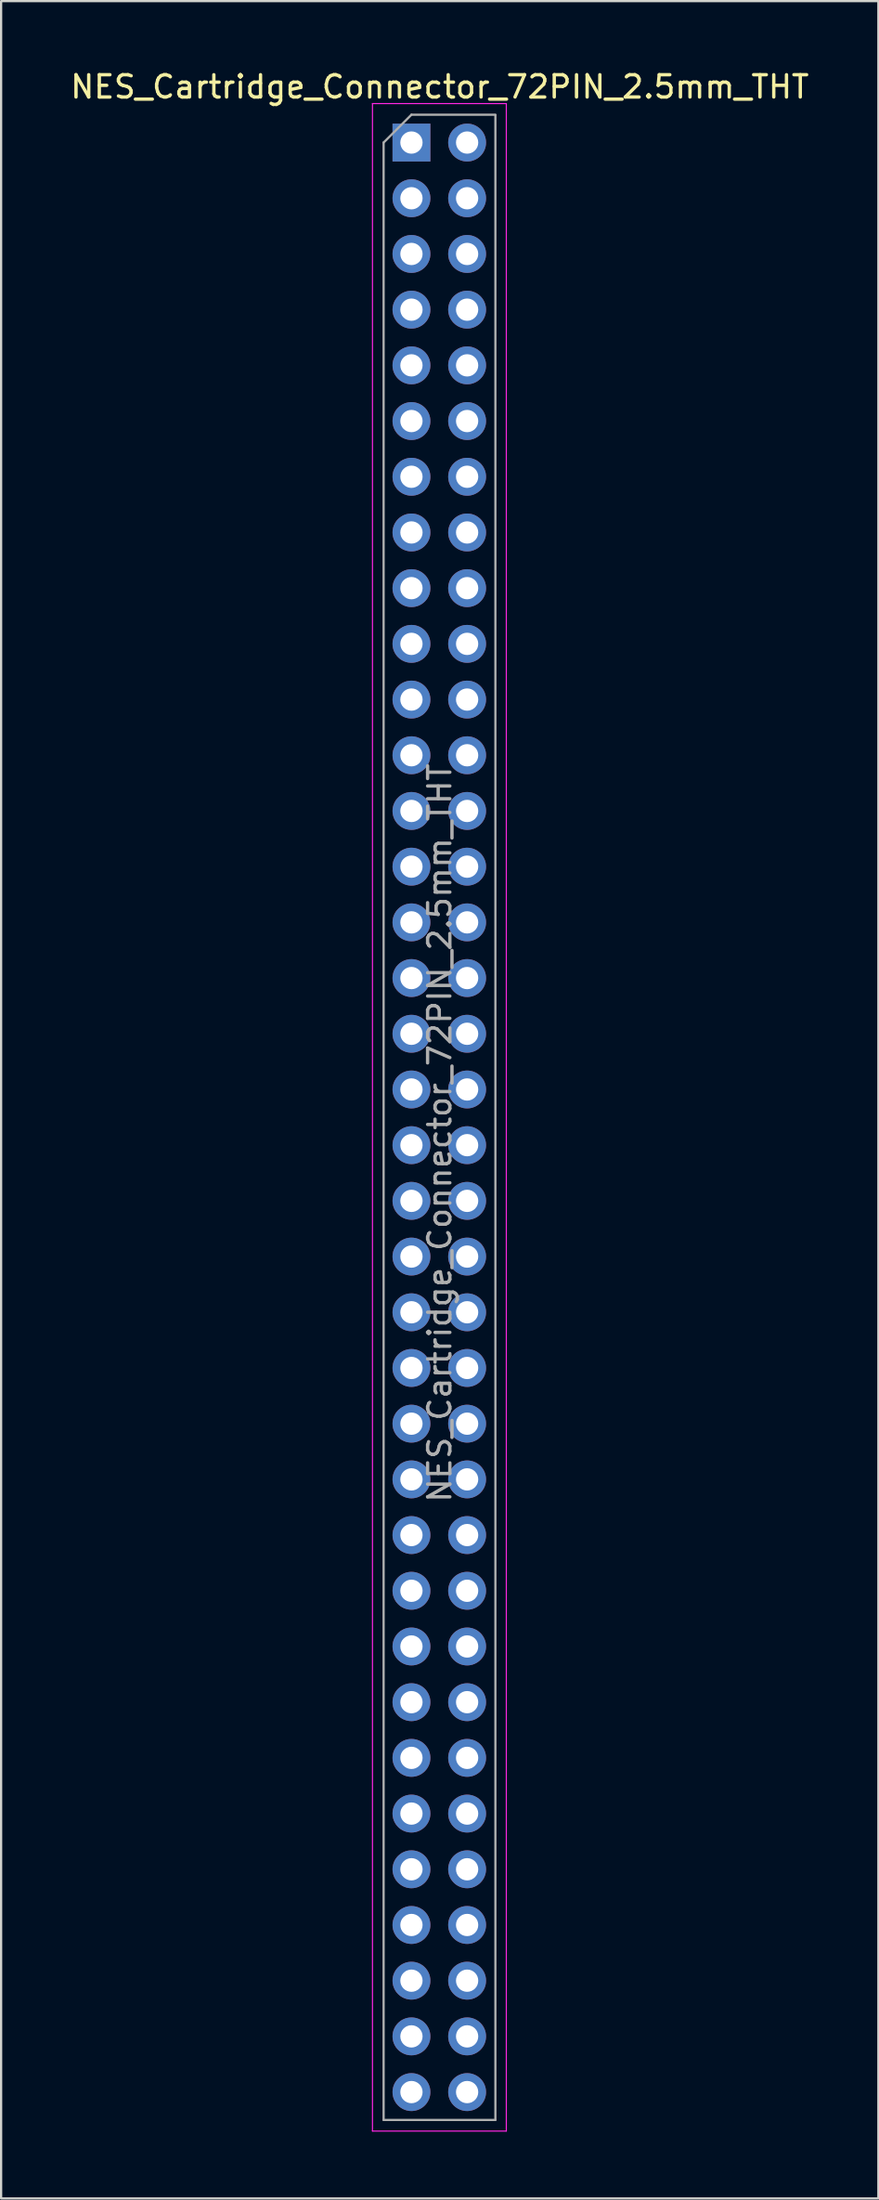
<source format=kicad_pcb>
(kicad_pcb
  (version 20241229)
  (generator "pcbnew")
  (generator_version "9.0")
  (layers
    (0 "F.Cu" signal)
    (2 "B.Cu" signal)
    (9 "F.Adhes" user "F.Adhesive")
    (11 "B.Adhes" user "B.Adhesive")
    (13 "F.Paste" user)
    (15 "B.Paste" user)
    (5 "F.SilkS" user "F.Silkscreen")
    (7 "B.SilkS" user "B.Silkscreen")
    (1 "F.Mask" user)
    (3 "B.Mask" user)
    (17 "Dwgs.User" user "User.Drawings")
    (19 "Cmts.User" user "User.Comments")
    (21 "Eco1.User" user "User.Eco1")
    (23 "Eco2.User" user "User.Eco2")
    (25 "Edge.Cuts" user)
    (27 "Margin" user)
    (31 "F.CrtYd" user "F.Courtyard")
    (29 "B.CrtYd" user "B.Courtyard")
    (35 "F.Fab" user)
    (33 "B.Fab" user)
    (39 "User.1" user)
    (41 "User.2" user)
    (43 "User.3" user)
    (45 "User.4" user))
  (footprint "NES_Cartridge_Connector_72PIN_2.5mm_THT"
    (layer "F.Cu")
    (at 15.426 3.348)
    (property "Reference" "NES_Cartridge_Connector_72PIN_2.5mm_THT" (at 1.27 -2.5 0) (layer "F.SilkS") (effects (font (size 1 1) (thickness 0.15))))
    (attr through_hole)
    (fp_line (start -1.75 -1.75) (end -1.75 89.25) (stroke (width 0.05) (type solid)) (layer "F.CrtYd"))
    (fp_line (start -1.75 89.25) (end 4.26 89.25) (stroke (width 0.05) (type solid)) (layer "F.CrtYd"))
    (fp_line (start 4.26 -1.75) (end -1.75 -1.75) (stroke (width 0.05) (type solid)) (layer "F.CrtYd"))
    (fp_line (start 4.26 89.25) (end 4.26 -1.75) (stroke (width 0.05) (type solid)) (layer "F.CrtYd"))
    (fp_line (start -1.25 0) (end 0 -1.25) (stroke (width 0.1) (type solid)) (layer "F.Fab"))
    (fp_line (start -1.25 88.75) (end -1.25 0) (stroke (width 0.1) (type solid)) (layer "F.Fab"))
    (fp_line (start 0 -1.25) (end 3.77 -1.25) (stroke (width 0.1) (type solid)) (layer "F.Fab"))
    (fp_line (start 3.77 -1.23) (end 3.77 88.75) (stroke (width 0.1) (type solid)) (layer "F.Fab"))
    (fp_line (start 3.77 88.75) (end -1.25 88.75) (stroke (width 0.1) (type solid)) (layer "F.Fab"))
    (fp_text user "${REFERENCE}" (at 1.27 44.45 90) (layer "F.Fab") (effects (font (size 1 1) (thickness 0.15))))
    (pad "1" thru_hole rect (at 0 0) (size 1.7 1.7) (drill 1) (layers "*.Cu" "*.Mask"))
    (pad "2" thru_hole circle (at 0 2.5) (size 1.7 1.7) (drill 1) (layers "*.Cu" "*.Mask"))
    (pad "3" thru_hole circle (at 0 5) (size 1.7 1.7) (drill 1) (layers "*.Cu" "*.Mask"))
    (pad "4" thru_hole circle (at 0 7.5) (size 1.7 1.7) (drill 1) (layers "*.Cu" "*.Mask"))
    (pad "5" thru_hole circle (at 0 10) (size 1.7 1.7) (drill 1) (layers "*.Cu" "*.Mask"))
    (pad "6" thru_hole circle (at 0 12.5) (size 1.7 1.7) (drill 1) (layers "*.Cu" "*.Mask"))
    (pad "7" thru_hole circle (at 0 15) (size 1.7 1.7) (drill 1) (layers "*.Cu" "*.Mask"))
    (pad "8" thru_hole circle (at 0 17.5) (size 1.7 1.7) (drill 1) (layers "*.Cu" "*.Mask"))
    (pad "9" thru_hole circle (at 0 20) (size 1.7 1.7) (drill 1) (layers "*.Cu" "*.Mask"))
    (pad "10" thru_hole circle (at 0 22.5) (size 1.7 1.7) (drill 1) (layers "*.Cu" "*.Mask"))
    (pad "11" thru_hole circle (at 0 25) (size 1.7 1.7) (drill 1) (layers "*.Cu" "*.Mask"))
    (pad "12" thru_hole circle (at 0 27.5) (size 1.7 1.7) (drill 1) (layers "*.Cu" "*.Mask"))
    (pad "13" thru_hole circle (at 0 30) (size 1.7 1.7) (drill 1) (layers "*.Cu" "*.Mask"))
    (pad "14" thru_hole circle (at 0 32.5) (size 1.7 1.7) (drill 1) (layers "*.Cu" "*.Mask"))
    (pad "15" thru_hole circle (at 0 35) (size 1.7 1.7) (drill 1) (layers "*.Cu" "*.Mask"))
    (pad "16" thru_hole circle (at 0 37.5) (size 1.7 1.7) (drill 1) (layers "*.Cu" "*.Mask"))
    (pad "17" thru_hole circle (at 0 40) (size 1.7 1.7) (drill 1) (layers "*.Cu" "*.Mask"))
    (pad "18" thru_hole circle (at 0 42.5) (size 1.7 1.7) (drill 1) (layers "*.Cu" "*.Mask"))
    (pad "19" thru_hole circle (at 0 45) (size 1.7 1.7) (drill 1) (layers "*.Cu" "*.Mask"))
    (pad "20" thru_hole circle (at 0 47.5) (size 1.7 1.7) (drill 1) (layers "*.Cu" "*.Mask"))
    (pad "21" thru_hole circle (at 0 50) (size 1.7 1.7) (drill 1) (layers "*.Cu" "*.Mask"))
    (pad "22" thru_hole circle (at 0 52.5) (size 1.7 1.7) (drill 1) (layers "*.Cu" "*.Mask"))
    (pad "23" thru_hole circle (at 0 55) (size 1.7 1.7) (drill 1) (layers "*.Cu" "*.Mask"))
    (pad "24" thru_hole circle (at 0 57.5) (size 1.7 1.7) (drill 1) (layers "*.Cu" "*.Mask"))
    (pad "25" thru_hole circle (at 0 60) (size 1.7 1.7) (drill 1) (layers "*.Cu" "*.Mask"))
    (pad "26" thru_hole circle (at 0 62.5) (size 1.7 1.7) (drill 1) (layers "*.Cu" "*.Mask"))
    (pad "27" thru_hole circle (at 0 65) (size 1.7 1.7) (drill 1) (layers "*.Cu" "*.Mask"))
    (pad "28" thru_hole circle (at 0 67.5) (size 1.7 1.7) (drill 1) (layers "*.Cu" "*.Mask"))
    (pad "29" thru_hole circle (at 0 70) (size 1.7 1.7) (drill 1) (layers "*.Cu" "*.Mask"))
    (pad "30" thru_hole circle (at 0 72.5) (size 1.7 1.7) (drill 1) (layers "*.Cu" "*.Mask"))
    (pad "31" thru_hole circle (at 0 75) (size 1.7 1.7) (drill 1) (layers "*.Cu" "*.Mask"))
    (pad "32" thru_hole circle (at 0 77.5) (size 1.7 1.7) (drill 1) (layers "*.Cu" "*.Mask"))
    (pad "33" thru_hole circle (at 0 80) (size 1.7 1.7) (drill 1) (layers "*.Cu" "*.Mask"))
    (pad "34" thru_hole circle (at 0 82.5) (size 1.7 1.7) (drill 1) (layers "*.Cu" "*.Mask"))
    (pad "35" thru_hole circle (at 0 85) (size 1.7 1.7) (drill 1) (layers "*.Cu" "*.Mask"))
    (pad "36" thru_hole circle (at 0 87.5) (size 1.7 1.7) (drill 1) (layers "*.Cu" "*.Mask"))
    (pad "37" thru_hole circle (at 2.5 0) (size 1.7 1.7) (drill 1) (layers "*.Cu" "*.Mask"))
    (pad "38" thru_hole circle (at 2.5 2.5) (size 1.7 1.7) (drill 1) (layers "*.Cu" "*.Mask"))
    (pad "39" thru_hole circle (at 2.5 5) (size 1.7 1.7) (drill 1) (layers "*.Cu" "*.Mask"))
    (pad "40" thru_hole circle (at 2.5 7.5) (size 1.7 1.7) (drill 1) (layers "*.Cu" "*.Mask"))
    (pad "41" thru_hole circle (at 2.5 10) (size 1.7 1.7) (drill 1) (layers "*.Cu" "*.Mask"))
    (pad "42" thru_hole circle (at 2.5 12.5) (size 1.7 1.7) (drill 1) (layers "*.Cu" "*.Mask"))
    (pad "43" thru_hole circle (at 2.5 15) (size 1.7 1.7) (drill 1) (layers "*.Cu" "*.Mask"))
    (pad "44" thru_hole circle (at 2.5 17.5) (size 1.7 1.7) (drill 1) (layers "*.Cu" "*.Mask"))
    (pad "45" thru_hole circle (at 2.5 20) (size 1.7 1.7) (drill 1) (layers "*.Cu" "*.Mask"))
    (pad "46" thru_hole circle (at 2.5 22.5) (size 1.7 1.7) (drill 1) (layers "*.Cu" "*.Mask"))
    (pad "47" thru_hole circle (at 2.5 25) (size 1.7 1.7) (drill 1) (layers "*.Cu" "*.Mask"))
    (pad "48" thru_hole circle (at 2.5 27.5) (size 1.7 1.7) (drill 1) (layers "*.Cu" "*.Mask"))
    (pad "49" thru_hole circle (at 2.5 30) (size 1.7 1.7) (drill 1) (layers "*.Cu" "*.Mask"))
    (pad "50" thru_hole circle (at 2.5 32.5) (size 1.7 1.7) (drill 1) (layers "*.Cu" "*.Mask"))
    (pad "51" thru_hole circle (at 2.5 35) (size 1.7 1.7) (drill 1) (layers "*.Cu" "*.Mask"))
    (pad "52" thru_hole circle (at 2.5 37.5) (size 1.7 1.7) (drill 1) (layers "*.Cu" "*.Mask"))
    (pad "53" thru_hole circle (at 2.5 40) (size 1.7 1.7) (drill 1) (layers "*.Cu" "*.Mask"))
    (pad "54" thru_hole circle (at 2.5 42.5) (size 1.7 1.7) (drill 1) (layers "*.Cu" "*.Mask"))
    (pad "55" thru_hole circle (at 2.5 45) (size 1.7 1.7) (drill 1) (layers "*.Cu" "*.Mask"))
    (pad "56" thru_hole circle (at 2.5 47.5) (size 1.7 1.7) (drill 1) (layers "*.Cu" "*.Mask"))
    (pad "57" thru_hole circle (at 2.5 50) (size 1.7 1.7) (drill 1) (layers "*.Cu" "*.Mask"))
    (pad "58" thru_hole circle (at 2.5 52.5) (size 1.7 1.7) (drill 1) (layers "*.Cu" "*.Mask"))
    (pad "59" thru_hole circle (at 2.5 55) (size 1.7 1.7) (drill 1) (layers "*.Cu" "*.Mask"))
    (pad "60" thru_hole circle (at 2.5 57.5) (size 1.7 1.7) (drill 1) (layers "*.Cu" "*.Mask"))
    (pad "61" thru_hole circle (at 2.5 60) (size 1.7 1.7) (drill 1) (layers "*.Cu" "*.Mask"))
    (pad "62" thru_hole circle (at 2.5 62.5) (size 1.7 1.7) (drill 1) (layers "*.Cu" "*.Mask"))
    (pad "63" thru_hole circle (at 2.5 65) (size 1.7 1.7) (drill 1) (layers "*.Cu" "*.Mask"))
    (pad "64" thru_hole circle (at 2.5 67.5) (size 1.7 1.7) (drill 1) (layers "*.Cu" "*.Mask"))
    (pad "65" thru_hole circle (at 2.5 70) (size 1.7 1.7) (drill 1) (layers "*.Cu" "*.Mask"))
    (pad "66" thru_hole circle (at 2.5 72.5) (size 1.7 1.7) (drill 1) (layers "*.Cu" "*.Mask"))
    (pad "67" thru_hole circle (at 2.5 75) (size 1.7 1.7) (drill 1) (layers "*.Cu" "*.Mask"))
    (pad "68" thru_hole circle (at 2.5 77.5) (size 1.7 1.7) (drill 1) (layers "*.Cu" "*.Mask"))
    (pad "69" thru_hole circle (at 2.5 80) (size 1.7 1.7) (drill 1) (layers "*.Cu" "*.Mask"))
    (pad "70" thru_hole circle (at 2.5 82.5) (size 1.7 1.7) (drill 1) (layers "*.Cu" "*.Mask"))
    (pad "71" thru_hole circle (at 2.5 85) (size 1.7 1.7) (drill 1) (layers "*.Cu" "*.Mask"))
    (pad "72" thru_hole circle (at 2.5 87.5) (size 1.7 1.7) (drill 1) (layers "*.Cu" "*.Mask")))
  (gr_rect
    (start -3 -3)
    (end 36.393 95.623)
    (stroke (width 0.1) (type default))
    (fill no)
    (layer "Edge.Cuts")))
</source>
